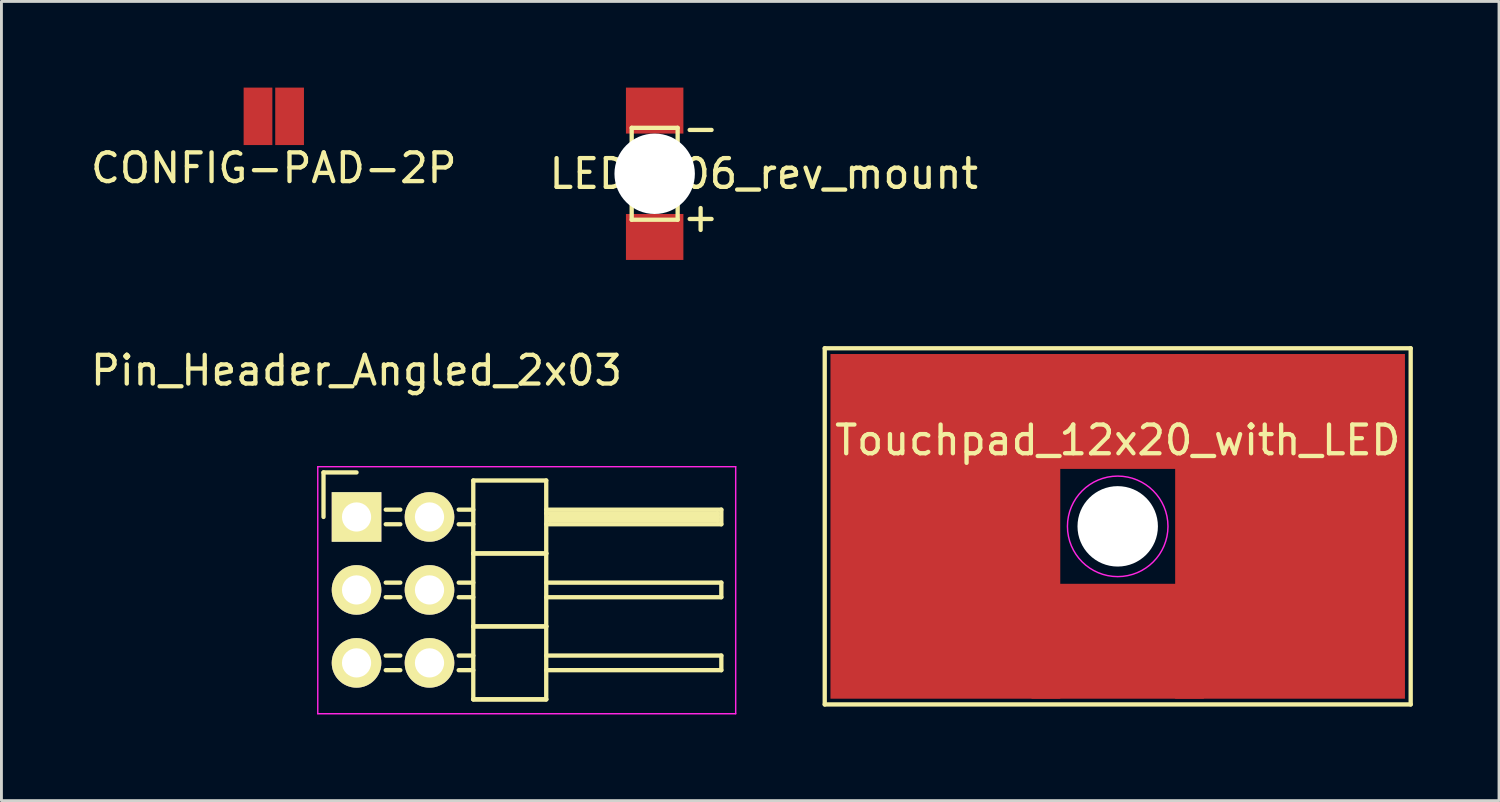
<source format=kicad_pcb>
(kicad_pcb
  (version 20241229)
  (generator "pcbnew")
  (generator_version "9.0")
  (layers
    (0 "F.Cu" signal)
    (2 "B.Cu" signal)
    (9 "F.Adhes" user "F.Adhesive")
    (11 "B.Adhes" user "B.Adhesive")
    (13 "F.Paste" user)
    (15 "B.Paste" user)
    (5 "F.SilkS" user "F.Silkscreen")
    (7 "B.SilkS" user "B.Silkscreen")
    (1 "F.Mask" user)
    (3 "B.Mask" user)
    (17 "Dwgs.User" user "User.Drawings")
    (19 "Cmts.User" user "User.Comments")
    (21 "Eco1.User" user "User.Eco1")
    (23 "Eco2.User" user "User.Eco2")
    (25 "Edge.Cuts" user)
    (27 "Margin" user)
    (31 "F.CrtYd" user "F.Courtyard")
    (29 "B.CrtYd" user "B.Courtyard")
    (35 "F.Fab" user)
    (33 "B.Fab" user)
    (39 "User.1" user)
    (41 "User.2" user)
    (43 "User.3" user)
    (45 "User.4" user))
  (footprint "CONFIG-PAD-2P"
    (layer "F.Cu")
    (at 6.482 1)
    (property "Reference" "CONFIG-PAD-2P" (at 0 1.8 0) (layer "F.SilkS") (effects (font (size 1 1) (thickness 0.15))))
    (attr through_hole)
    (pad "1" smd rect (at -0.55 0) (size 1 2) (layers "F.Cu" "F.Mask" "F.Paste"))
    (pad "2" smd rect (at 0.55 0) (size 1 2) (layers "F.Cu" "F.Mask" "F.Paste")))
  (footprint "LED1206_rev_mount"
    (layer "F.Cu")
    (at 19.742 3)
    (property "Reference" "LED1206_rev_mount" (at 3.8 0 0) (layer "F.SilkS") (effects (font (size 1 1) (thickness 0.15))))
    (attr through_hole)
    (fp_line (start -0.8 -1.6) (end 0.8 -1.6) (stroke (width 0.15) (type solid)) (layer "F.SilkS"))
    (fp_line (start -0.8 1.6) (end -0.8 -1.6) (stroke (width 0.15) (type solid)) (layer "F.SilkS"))
    (fp_line (start 0.8 -1.6) (end 0.8 1.6) (stroke (width 0.15) (type solid)) (layer "F.SilkS"))
    (fp_line (start 0.8 1.6) (end -0.8 1.6) (stroke (width 0.15) (type solid)) (layer "F.SilkS"))
    (fp_text user "-" (at 1.6 -1.6 0) (layer "F.SilkS") (effects (font (size 1 1) (thickness 0.15))))
    (fp_text user "+" (at 1.6 1.5 0) (layer "F.SilkS") (effects (font (size 1 1) (thickness 0.15))))
    (pad "" np_thru_hole circle (at 0 0) (size 2.8 2.8) (drill 2.8) (layers "*.Cu" "*.Mask"))
    (pad "1" smd rect (at 0 -2.2) (size 2 1.6) (layers "F.Cu" "F.Mask" "F.Paste"))
    (pad "2" smd rect (at 0 2.2) (size 2 1.6) (layers "F.Cu" "F.Mask" "F.Paste")))
  (footprint "Touchpad_12x20_with_LED"
    (layer "F.Cu")
    (at 35.863 15.275)
    (property "Reference" "Touchpad_12x20_with_LED" (at 0 -3 0) (layer "F.SilkS") (effects (font (size 1 1) (thickness 0.15))))
    (attr exclude_from_pos_files exclude_from_bom)
    (fp_line (start -10.2 -6.2) (end 10.2 -6.2) (stroke (width 0.15) (type solid)) (layer "F.SilkS"))
    (fp_line (start -10.2 6.2) (end -10.2 -6.2) (stroke (width 0.15) (type solid)) (layer "F.SilkS"))
    (fp_line (start 10.2 -6.2) (end 10.2 6.2) (stroke (width 0.15) (type solid)) (layer "F.SilkS"))
    (fp_line (start 10.2 6.2) (end -10.2 6.2) (stroke (width 0.15) (type solid)) (layer "F.SilkS"))
    (fp_circle (center 0 0) (end 1.75 0) (stroke (width 0.05) (type solid)) (fill no) (layer "F.CrtYd"))
    (pad "" np_thru_hole circle (at 0 0) (size 2.8 2.8) (drill 2.8) (layers "*.Mask" "F.Cu"))
    (pad "1" smd rect (at -6 0) (size 8 12) (layers "F.Cu" "F.Mask" "F.Paste"))
    (pad "1" smd rect (at 0 -4) (size 6 4) (layers "F.Cu" "F.Mask" "F.Paste"))
    (pad "1" smd rect (at 0 4) (size 6 4) (layers "F.Cu" "F.Mask" "F.Paste"))
    (pad "1" smd rect (at 6 0) (size 8 12) (layers "F.Cu" "F.Mask" "F.Paste")))
  (footprint "Pin_Header_Angled_2x03"
    (layer "F.Cu")
    (at 9.363 14.948)
    (property "Reference" "Pin_Header_Angled_2x03" (at 0 -5.1 0) (layer "F.SilkS") (effects (font (size 1 1) (thickness 0.15))))
    (attr through_hole)
    (fp_line (start -1.15 -1.55) (end -1.15 0) (stroke (width 0.15) (type solid)) (layer "F.SilkS"))
    (fp_line (start 0 -1.55) (end -1.15 -1.55) (stroke (width 0.15) (type solid)) (layer "F.SilkS"))
    (fp_line (start 1.524 -0.254) (end 1.016 -0.254) (stroke (width 0.15) (type solid)) (layer "F.SilkS"))
    (fp_line (start 1.524 0.254) (end 1.016 0.254) (stroke (width 0.15) (type solid)) (layer "F.SilkS"))
    (fp_line (start 1.524 2.286) (end 1.016 2.286) (stroke (width 0.15) (type solid)) (layer "F.SilkS"))
    (fp_line (start 1.524 2.794) (end 1.016 2.794) (stroke (width 0.15) (type solid)) (layer "F.SilkS"))
    (fp_line (start 1.524 4.826) (end 1.016 4.826) (stroke (width 0.15) (type solid)) (layer "F.SilkS"))
    (fp_line (start 1.524 5.334) (end 1.016 5.334) (stroke (width 0.15) (type solid)) (layer "F.SilkS"))
    (fp_line (start 4.064 -1.27) (end 4.064 1.27) (stroke (width 0.15) (type solid)) (layer "F.SilkS"))
    (fp_line (start 4.064 -1.27) (end 6.604 -1.27) (stroke (width 0.15) (type solid)) (layer "F.SilkS"))
    (fp_line (start 4.064 -0.254) (end 3.556 -0.254) (stroke (width 0.15) (type solid)) (layer "F.SilkS"))
    (fp_line (start 4.064 0.254) (end 3.556 0.254) (stroke (width 0.15) (type solid)) (layer "F.SilkS"))
    (fp_line (start 4.064 1.27) (end 4.064 3.81) (stroke (width 0.15) (type solid)) (layer "F.SilkS"))
    (fp_line (start 4.064 1.27) (end 6.604 1.27) (stroke (width 0.15) (type solid)) (layer "F.SilkS"))
    (fp_line (start 4.064 1.27) (end 6.604 1.27) (stroke (width 0.15) (type solid)) (layer "F.SilkS"))
    (fp_line (start 4.064 2.286) (end 3.556 2.286) (stroke (width 0.15) (type solid)) (layer "F.SilkS"))
    (fp_line (start 4.064 2.794) (end 3.556 2.794) (stroke (width 0.15) (type solid)) (layer "F.SilkS"))
    (fp_line (start 4.064 3.81) (end 4.064 6.35) (stroke (width 0.15) (type solid)) (layer "F.SilkS"))
    (fp_line (start 4.064 3.81) (end 6.604 3.81) (stroke (width 0.15) (type solid)) (layer "F.SilkS"))
    (fp_line (start 4.064 3.81) (end 6.604 3.81) (stroke (width 0.15) (type solid)) (layer "F.SilkS"))
    (fp_line (start 4.064 4.826) (end 3.556 4.826) (stroke (width 0.15) (type solid)) (layer "F.SilkS"))
    (fp_line (start 4.064 5.334) (end 3.556 5.334) (stroke (width 0.15) (type solid)) (layer "F.SilkS"))
    (fp_line (start 4.064 6.35) (end 6.604 6.35) (stroke (width 0.15) (type solid)) (layer "F.SilkS"))
    (fp_line (start 4.064 6.35) (end 6.604 6.35) (stroke (width 0.15) (type solid)) (layer "F.SilkS"))
    (fp_line (start 6.604 -0.254) (end 12.7 -0.254) (stroke (width 0.15) (type solid)) (layer "F.SilkS"))
    (fp_line (start 6.604 -0.127) (end 12.573 -0.127) (stroke (width 0.15) (type solid)) (layer "F.SilkS"))
    (fp_line (start 6.604 1.27) (end 6.604 -1.27) (stroke (width 0.15) (type solid)) (layer "F.SilkS"))
    (fp_line (start 6.604 2.286) (end 12.7 2.286) (stroke (width 0.15) (type solid)) (layer "F.SilkS"))
    (fp_line (start 6.604 3.81) (end 6.604 1.27) (stroke (width 0.15) (type solid)) (layer "F.SilkS"))
    (fp_line (start 6.604 4.826) (end 12.7 4.826) (stroke (width 0.15) (type solid)) (layer "F.SilkS"))
    (fp_line (start 6.604 6.35) (end 6.604 3.81) (stroke (width 0.15) (type solid)) (layer "F.SilkS"))
    (fp_line (start 6.731 0) (end 12.573 0) (stroke (width 0.15) (type solid)) (layer "F.SilkS"))
    (fp_line (start 6.731 0.127) (end 6.731 0) (stroke (width 0.15) (type solid)) (layer "F.SilkS"))
    (fp_line (start 12.573 -0.127) (end 12.573 0.127) (stroke (width 0.15) (type solid)) (layer "F.SilkS"))
    (fp_line (start 12.573 0.127) (end 6.731 0.127) (stroke (width 0.15) (type solid)) (layer "F.SilkS"))
    (fp_line (start 12.7 -0.254) (end 12.7 0.254) (stroke (width 0.15) (type solid)) (layer "F.SilkS"))
    (fp_line (start 12.7 0.254) (end 6.604 0.254) (stroke (width 0.15) (type solid)) (layer "F.SilkS"))
    (fp_line (start 12.7 2.286) (end 12.7 2.794) (stroke (width 0.15) (type solid)) (layer "F.SilkS"))
    (fp_line (start 12.7 2.794) (end 6.604 2.794) (stroke (width 0.15) (type solid)) (layer "F.SilkS"))
    (fp_line (start 12.7 4.826) (end 12.7 5.334) (stroke (width 0.15) (type solid)) (layer "F.SilkS"))
    (fp_line (start 12.7 5.334) (end 6.604 5.334) (stroke (width 0.15) (type solid)) (layer "F.SilkS"))
    (fp_line (start -1.35 -1.75) (end -1.35 6.85) (stroke (width 0.05) (type solid)) (layer "F.CrtYd"))
    (fp_line (start -1.35 -1.75) (end 13.2 -1.75) (stroke (width 0.05) (type solid)) (layer "F.CrtYd"))
    (fp_line (start -1.35 6.85) (end 13.2 6.85) (stroke (width 0.05) (type solid)) (layer "F.CrtYd"))
    (fp_line (start 13.2 -1.75) (end 13.2 6.85) (stroke (width 0.05) (type solid)) (layer "F.CrtYd"))
    (pad "1" thru_hole rect (at 0 0) (size 1.727 1.727) (drill 1.016) (layers "*.Cu" "*.Mask" "F.SilkS"))
    (pad "2" thru_hole oval (at 2.54 0) (size 1.727 1.727) (drill 1.016) (layers "*.Cu" "*.Mask" "F.SilkS"))
    (pad "3" thru_hole oval (at 0 2.54) (size 1.727 1.727) (drill 1.016) (layers "*.Cu" "*.Mask" "F.SilkS"))
    (pad "4" thru_hole oval (at 2.54 2.54) (size 1.727 1.727) (drill 1.016) (layers "*.Cu" "*.Mask" "F.SilkS"))
    (pad "5" thru_hole oval (at 0 5.08) (size 1.727 1.727) (drill 1.016) (layers "*.Cu" "*.Mask" "F.SilkS"))
    (pad "6" thru_hole oval (at 2.54 5.08) (size 1.727 1.727) (drill 1.016) (layers "*.Cu" "*.Mask" "F.SilkS")))
  (gr_rect
    (start -3 -3)
    (end 49.138 24.823)
    (stroke (width 0.1) (type default))
    (fill no)
    (layer "Edge.Cuts")))
</source>
